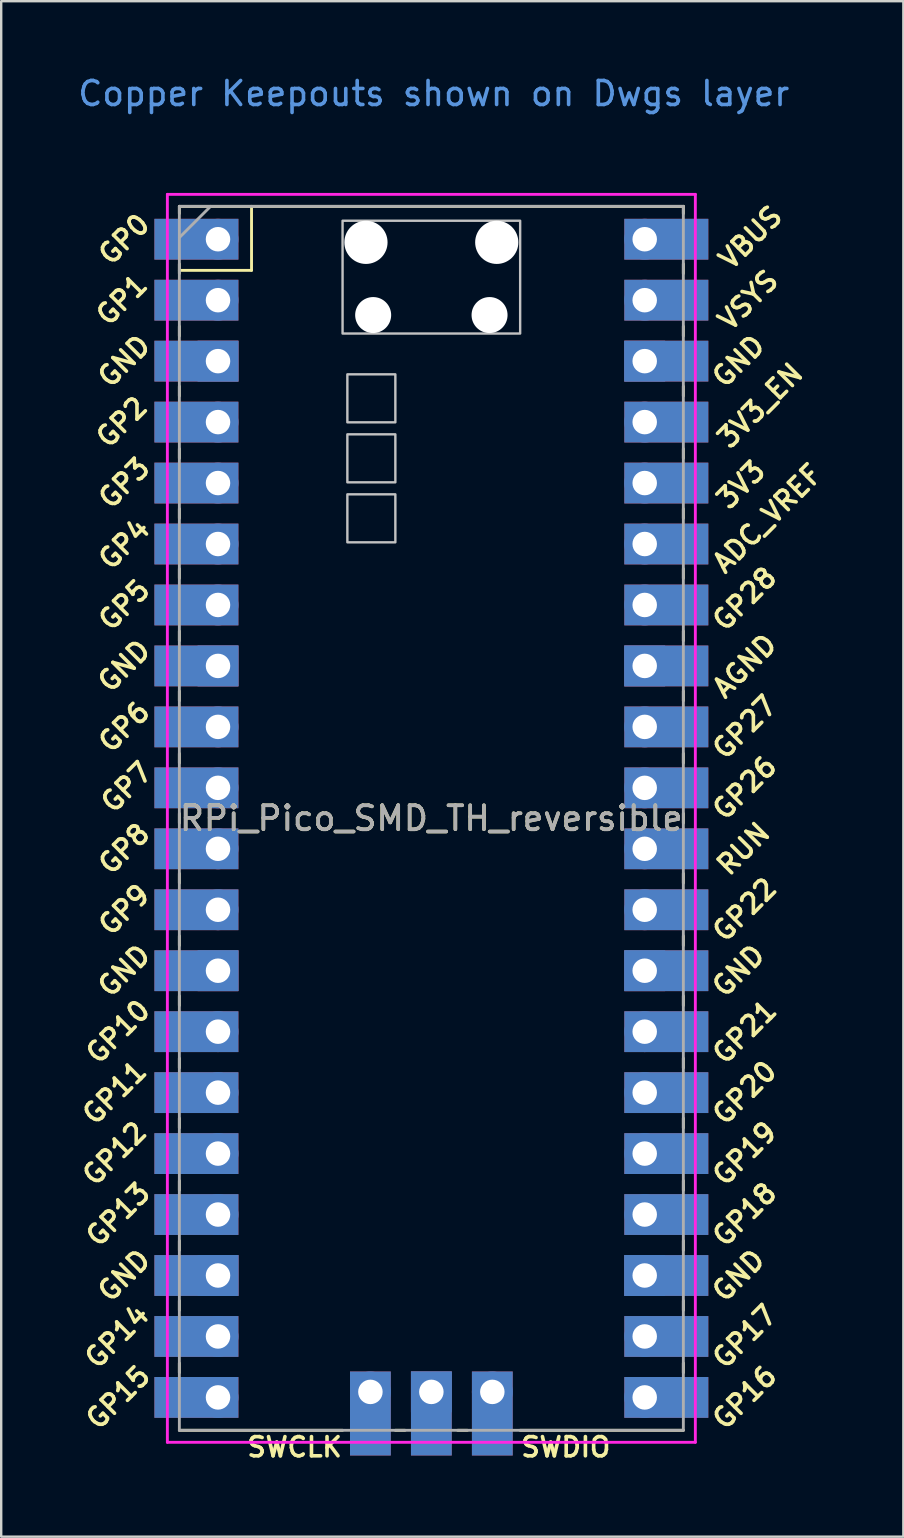
<source format=kicad_pcb>
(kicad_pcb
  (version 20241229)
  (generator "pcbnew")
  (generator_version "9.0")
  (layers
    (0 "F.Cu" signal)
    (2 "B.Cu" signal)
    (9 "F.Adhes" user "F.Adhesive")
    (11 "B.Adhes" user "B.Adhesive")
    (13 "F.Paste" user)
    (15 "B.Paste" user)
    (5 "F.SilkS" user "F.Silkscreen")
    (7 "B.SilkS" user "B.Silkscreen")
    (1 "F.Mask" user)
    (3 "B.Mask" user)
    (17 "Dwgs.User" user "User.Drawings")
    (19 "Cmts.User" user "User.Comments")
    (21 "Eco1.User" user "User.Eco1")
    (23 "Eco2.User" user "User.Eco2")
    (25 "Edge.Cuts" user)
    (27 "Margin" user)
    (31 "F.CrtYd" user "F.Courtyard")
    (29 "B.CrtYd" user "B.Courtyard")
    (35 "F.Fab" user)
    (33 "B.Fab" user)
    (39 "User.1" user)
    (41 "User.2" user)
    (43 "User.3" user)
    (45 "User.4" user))
  (footprint "RPi_Pico_SMD_TH_reversible"
    (layer "F.Cu")
    (at 14.924 31.048)
    (property "Reference" "RPi_Pico_SMD_TH_reversible" (at 0 0 0) (layer "F.SilkS") (effects (font (size 1 1) (thickness 0.15))))
    (attr through_hole)
    (fp_line (start -10.5 -25.5) (end -10.5 -25.2) (stroke (width 0.12) (type solid)) (layer "F.SilkS"))
    (fp_line (start -10.5 -25.5) (end 10.5 -25.5) (stroke (width 0.12) (type solid)) (layer "F.SilkS"))
    (fp_line (start -10.5 -23.1) (end -10.5 -22.7) (stroke (width 0.12) (type solid)) (layer "F.SilkS"))
    (fp_line (start -10.5 -22.833) (end -7.493 -22.833) (stroke (width 0.12) (type solid)) (layer "F.SilkS"))
    (fp_line (start -10.5 -20.5) (end -10.5 -20.1) (stroke (width 0.12) (type solid)) (layer "F.SilkS"))
    (fp_line (start -10.5 -18) (end -10.5 -17.6) (stroke (width 0.12) (type solid)) (layer "F.SilkS"))
    (fp_line (start -10.5 -15.4) (end -10.5 -15) (stroke (width 0.12) (type solid)) (layer "F.SilkS"))
    (fp_line (start -10.5 -12.9) (end -10.5 -12.5) (stroke (width 0.12) (type solid)) (layer "F.SilkS"))
    (fp_line (start -10.5 -10.4) (end -10.5 -10) (stroke (width 0.12) (type solid)) (layer "F.SilkS"))
    (fp_line (start -10.5 -7.8) (end -10.5 -7.4) (stroke (width 0.12) (type solid)) (layer "F.SilkS"))
    (fp_line (start -10.5 -5.3) (end -10.5 -4.9) (stroke (width 0.12) (type solid)) (layer "F.SilkS"))
    (fp_line (start -10.5 -2.7) (end -10.5 -2.3) (stroke (width 0.12) (type solid)) (layer "F.SilkS"))
    (fp_line (start -10.5 -0.2) (end -10.5 0.2) (stroke (width 0.12) (type solid)) (layer "F.SilkS"))
    (fp_line (start -10.5 2.3) (end -10.5 2.7) (stroke (width 0.12) (type solid)) (layer "F.SilkS"))
    (fp_line (start -10.5 4.9) (end -10.5 5.3) (stroke (width 0.12) (type solid)) (layer "F.SilkS"))
    (fp_line (start -10.5 7.4) (end -10.5 7.8) (stroke (width 0.12) (type solid)) (layer "F.SilkS"))
    (fp_line (start -10.5 10) (end -10.5 10.4) (stroke (width 0.12) (type solid)) (layer "F.SilkS"))
    (fp_line (start -10.5 12.5) (end -10.5 12.9) (stroke (width 0.12) (type solid)) (layer "F.SilkS"))
    (fp_line (start -10.5 15.1) (end -10.5 15.5) (stroke (width 0.12) (type solid)) (layer "F.SilkS"))
    (fp_line (start -10.5 17.6) (end -10.5 18) (stroke (width 0.12) (type solid)) (layer "F.SilkS"))
    (fp_line (start -10.5 20.1) (end -10.5 20.5) (stroke (width 0.12) (type solid)) (layer "F.SilkS"))
    (fp_line (start -10.5 22.7) (end -10.5 23.1) (stroke (width 0.12) (type solid)) (layer "F.SilkS"))
    (fp_line (start -7.493 -22.833) (end -7.493 -25.5) (stroke (width 0.12) (type solid)) (layer "F.SilkS"))
    (fp_line (start -3.7 25.5) (end -10.5 25.5) (stroke (width 0.12) (type solid)) (layer "F.SilkS"))
    (fp_line (start -1.5 25.5) (end -1.1 25.5) (stroke (width 0.12) (type solid)) (layer "F.SilkS"))
    (fp_line (start 1.1 25.5) (end 1.5 25.5) (stroke (width 0.12) (type solid)) (layer "F.SilkS"))
    (fp_line (start 10.5 -25.5) (end 10.5 -25.2) (stroke (width 0.12) (type solid)) (layer "F.SilkS"))
    (fp_line (start 10.5 -23.1) (end 10.5 -22.7) (stroke (width 0.12) (type solid)) (layer "F.SilkS"))
    (fp_line (start 10.5 -20.5) (end 10.5 -20.1) (stroke (width 0.12) (type solid)) (layer "F.SilkS"))
    (fp_line (start 10.5 -18) (end 10.5 -17.6) (stroke (width 0.12) (type solid)) (layer "F.SilkS"))
    (fp_line (start 10.5 -15.4) (end 10.5 -15) (stroke (width 0.12) (type solid)) (layer "F.SilkS"))
    (fp_line (start 10.5 -12.9) (end 10.5 -12.5) (stroke (width 0.12) (type solid)) (layer "F.SilkS"))
    (fp_line (start 10.5 -10.4) (end 10.5 -10) (stroke (width 0.12) (type solid)) (layer "F.SilkS"))
    (fp_line (start 10.5 -7.8) (end 10.5 -7.4) (stroke (width 0.12) (type solid)) (layer "F.SilkS"))
    (fp_line (start 10.5 -5.3) (end 10.5 -4.9) (stroke (width 0.12) (type solid)) (layer "F.SilkS"))
    (fp_line (start 10.5 -2.7) (end 10.5 -2.3) (stroke (width 0.12) (type solid)) (layer "F.SilkS"))
    (fp_line (start 10.5 -0.2) (end 10.5 0.2) (stroke (width 0.12) (type solid)) (layer "F.SilkS"))
    (fp_line (start 10.5 2.3) (end 10.5 2.7) (stroke (width 0.12) (type solid)) (layer "F.SilkS"))
    (fp_line (start 10.5 4.9) (end 10.5 5.3) (stroke (width 0.12) (type solid)) (layer "F.SilkS"))
    (fp_line (start 10.5 7.4) (end 10.5 7.8) (stroke (width 0.12) (type solid)) (layer "F.SilkS"))
    (fp_line (start 10.5 10) (end 10.5 10.4) (stroke (width 0.12) (type solid)) (layer "F.SilkS"))
    (fp_line (start 10.5 12.5) (end 10.5 12.9) (stroke (width 0.12) (type solid)) (layer "F.SilkS"))
    (fp_line (start 10.5 15.1) (end 10.5 15.5) (stroke (width 0.12) (type solid)) (layer "F.SilkS"))
    (fp_line (start 10.5 17.6) (end 10.5 18) (stroke (width 0.12) (type solid)) (layer "F.SilkS"))
    (fp_line (start 10.5 20.1) (end 10.5 20.5) (stroke (width 0.12) (type solid)) (layer "F.SilkS"))
    (fp_line (start 10.5 22.7) (end 10.5 23.1) (stroke (width 0.12) (type solid)) (layer "F.SilkS"))
    (fp_line (start 10.5 25.5) (end 3.7 25.5) (stroke (width 0.12) (type solid)) (layer "F.SilkS"))
    (fp_poly (pts (xy -1.5 -16.5) (xy -3.5 -16.5) (xy -3.5 -18.5) (xy -1.5 -18.5)) (stroke (width 0.1) (type solid)) (fill no) (layer "Dwgs.User"))
    (fp_poly (pts (xy -1.5 -14) (xy -3.5 -14) (xy -3.5 -16) (xy -1.5 -16)) (stroke (width 0.1) (type solid)) (fill no) (layer "Dwgs.User"))
    (fp_poly (pts (xy -1.5 -11.5) (xy -3.5 -11.5) (xy -3.5 -13.5) (xy -1.5 -13.5)) (stroke (width 0.1) (type solid)) (fill no) (layer "Dwgs.User"))
    (fp_poly (pts (xy 3.7 -20.2) (xy -3.7 -20.2) (xy -3.7 -24.9) (xy 3.7 -24.9)) (stroke (width 0.1) (type solid)) (fill no) (layer "Dwgs.User"))
    (fp_line (start -11 -26) (end 11 -26) (stroke (width 0.12) (type solid)) (layer "F.CrtYd"))
    (fp_line (start -11 26) (end -11 -26) (stroke (width 0.12) (type solid)) (layer "F.CrtYd"))
    (fp_line (start 11 -26) (end 11 26) (stroke (width 0.12) (type solid)) (layer "F.CrtYd"))
    (fp_line (start 11 26) (end -11 26) (stroke (width 0.12) (type solid)) (layer "F.CrtYd"))
    (fp_line (start -10.5 -25.5) (end 10.5 -25.5) (stroke (width 0.12) (type solid)) (layer "F.Fab"))
    (fp_line (start -10.5 -24.2) (end -9.2 -25.5) (stroke (width 0.12) (type solid)) (layer "F.Fab"))
    (fp_line (start -10.5 25.5) (end -10.5 -25.5) (stroke (width 0.12) (type solid)) (layer "F.Fab"))
    (fp_line (start 10.5 -25.5) (end 10.5 25.5) (stroke (width 0.12) (type solid)) (layer "F.Fab"))
    (fp_line (start 10.5 25.5) (end -10.5 25.5) (stroke (width 0.12) (type solid)) (layer "F.Fab"))
    (fp_text user "GP17" (at 13.054 21.59 45) (layer "F.SilkS") (effects (font (size 0.8 0.8) (thickness 0.15))))
    (fp_text user "GP12" (at -13.2 13.97 45) (layer "F.SilkS") (effects (font (size 0.8 0.8) (thickness 0.15))))
    (fp_text user "GP27" (at 13.054 -3.8 45) (layer "F.SilkS") (effects (font (size 0.8 0.8) (thickness 0.15))))
    (fp_text user "GP14" (at -13.1 21.59 45) (layer "F.SilkS") (effects (font (size 0.8 0.8) (thickness 0.15))))
    (fp_text user "RUN" (at 13 1.27 45) (layer "F.SilkS") (effects (font (size 0.8 0.8) (thickness 0.15))))
    (fp_text user "GP26" (at 13.054 -1.27 45) (layer "F.SilkS") (effects (font (size 0.8 0.8) (thickness 0.15))))
    (fp_text user "GP13" (at -13.054 16.51 45) (layer "F.SilkS") (effects (font (size 0.8 0.8) (thickness 0.15))))
    (fp_text user "SWCLK" (at -5.7 26.2 0) (layer "F.SilkS") (effects (font (size 0.8 0.8) (thickness 0.15))))
    (fp_text user "GND" (at -12.8 19.05 45) (layer "F.SilkS") (effects (font (size 0.8 0.8) (thickness 0.15))))
    (fp_text user "GP2" (at -12.9 -16.51 45) (layer "F.SilkS") (effects (font (size 0.8 0.8) (thickness 0.15))))
    (fp_text user "GP9" (at -12.8 3.81 45) (layer "F.SilkS") (effects (font (size 0.8 0.8) (thickness 0.15))))
    (fp_text user "VBUS" (at 13.3 -24.2 45) (layer "F.SilkS") (effects (font (size 0.8 0.8) (thickness 0.15))))
    (fp_text user "GP28" (at 13.054 -9.144 45) (layer "F.SilkS") (effects (font (size 0.8 0.8) (thickness 0.15))))
    (fp_text user "ADC_VREF" (at 14 -12.5 45) (layer "F.SilkS") (effects (font (size 0.8 0.8) (thickness 0.15))))
    (fp_text user "GND" (at 12.8 6.35 45) (layer "F.SilkS") (effects (font (size 0.8 0.8) (thickness 0.15))))
    (fp_text user "3V3" (at 12.9 -13.9 45) (layer "F.SilkS") (effects (font (size 0.8 0.8) (thickness 0.15))))
    (fp_text user "AGND" (at 13.054 -6.35 45) (layer "F.SilkS") (effects (font (size 0.8 0.8) (thickness 0.15))))
    (fp_text user "GP11" (at -13.2 11.43 45) (layer "F.SilkS") (effects (font (size 0.8 0.8) (thickness 0.15))))
    (fp_text user "GP4" (at -12.8 -11.43 45) (layer "F.SilkS") (effects (font (size 0.8 0.8) (thickness 0.15))))
    (fp_text user "VSYS" (at 13.2 -21.59 45) (layer "F.SilkS") (effects (font (size 0.8 0.8) (thickness 0.15))))
    (fp_text user "GP15" (at -13.054 24.13 45) (layer "F.SilkS") (effects (font (size 0.8 0.8) (thickness 0.15))))
    (fp_text user "GP10" (at -13.054 8.89 45) (layer "F.SilkS") (effects (font (size 0.8 0.8) (thickness 0.15))))
    (fp_text user "GP7" (at -12.7 -1.3 45) (layer "F.SilkS") (effects (font (size 0.8 0.8) (thickness 0.15))))
    (fp_text user "GND" (at -12.8 6.35 45) (layer "F.SilkS") (effects (font (size 0.8 0.8) (thickness 0.15))))
    (fp_text user "GP3" (at -12.8 -13.97 45) (layer "F.SilkS") (effects (font (size 0.8 0.8) (thickness 0.15))))
    (fp_text user "GP20" (at 13.054 11.43 45) (layer "F.SilkS") (effects (font (size 0.8 0.8) (thickness 0.15))))
    (fp_text user "GND" (at 12.8 19.05 45) (layer "F.SilkS") (effects (font (size 0.8 0.8) (thickness 0.15))))
    (fp_text user "GP8" (at -12.8 1.27 45) (layer "F.SilkS") (effects (font (size 0.8 0.8) (thickness 0.15))))
    (fp_text user "GND" (at -12.8 -19.05 45) (layer "F.SilkS") (effects (font (size 0.8 0.8) (thickness 0.15))))
    (fp_text user "GND" (at 12.8 -19.05 45) (layer "F.SilkS") (effects (font (size 0.8 0.8) (thickness 0.15))))
    (fp_text user "GP22" (at 13.054 3.81 45) (layer "F.SilkS") (effects (font (size 0.8 0.8) (thickness 0.15))))
    (fp_text user "GP16" (at 13.054 24.13 45) (layer "F.SilkS") (effects (font (size 0.8 0.8) (thickness 0.15))))
    (fp_text user "GP18" (at 13.054 16.51 45) (layer "F.SilkS") (effects (font (size 0.8 0.8) (thickness 0.15))))
    (fp_text user "GP19" (at 13.054 13.97 45) (layer "F.SilkS") (effects (font (size 0.8 0.8) (thickness 0.15))))
    (fp_text user "GP21" (at 13.054 8.9 45) (layer "F.SilkS") (effects (font (size 0.8 0.8) (thickness 0.15))))
    (fp_text user "GP5" (at -12.8 -8.89 45) (layer "F.SilkS") (effects (font (size 0.8 0.8) (thickness 0.15))))
    (fp_text user "GP0" (at -12.8 -24.13 45) (layer "F.SilkS") (effects (font (size 0.8 0.8) (thickness 0.15))))
    (fp_text user "GP6" (at -12.8 -3.81 45) (layer "F.SilkS") (effects (font (size 0.8 0.8) (thickness 0.15))))
    (fp_text user "3V3_EN" (at 13.7 -17.2 45) (layer "F.SilkS") (effects (font (size 0.8 0.8) (thickness 0.15))))
    (fp_text user "GP1" (at -12.9 -21.6 45) (layer "F.SilkS") (effects (font (size 0.8 0.8) (thickness 0.15))))
    (fp_text user "GND" (at -12.8 -6.35 45) (layer "F.SilkS") (effects (font (size 0.8 0.8) (thickness 0.15))))
    (fp_text user "SWDIO" (at 5.6 26.2 0) (layer "F.SilkS") (effects (font (size 0.8 0.8) (thickness 0.15))))
    (fp_text user "Copper Keepouts shown on Dwgs layer" (at 0.1 -30.2 0) (layer "Cmts.User") (effects (font (size 1 1) (thickness 0.15))))
    (fp_text user "${REFERENCE}" (at 0 0 180) (layer "F.Fab") (effects (font (size 1 1) (thickness 0.15))))
    (pad "" np_thru_hole oval (at -2.725 -24) (size 1.8 1.8) (drill 1.8) (layers "*.Cu" "*.Mask"))
    (pad "" np_thru_hole oval (at -2.425 -20.97) (size 1.5 1.5) (drill 1.5) (layers "*.Cu" "*.Mask"))
    (pad "" np_thru_hole oval (at 2.425 -20.97) (size 1.5 1.5) (drill 1.5) (layers "*.Cu" "*.Mask"))
    (pad "" np_thru_hole oval (at 2.725 -24) (size 1.8 1.8) (drill 1.8) (layers "*.Cu" "*.Mask"))
    (pad "1" thru_hole oval (at -8.89 -24.13) (size 1.7 1.7) (drill 1.02) (layers "*.Cu" "*.Mask"))
    (pad "1" smd rect (at -8.89 -24.13) (size 3.5 1.7) (drill (offset -0.9 0)) (layers "F.Cu" "F.Mask"))
    (pad "1" smd rect (at -8.89 -24.13) (size 3.5 1.7) (drill (offset -0.9 0)) (layers "B.Cu" "B.Mask"))
    (pad "2" thru_hole oval (at -8.89 -21.59) (size 1.7 1.7) (drill 1.02) (layers "*.Cu" "*.Mask"))
    (pad "2" smd rect (at -8.89 -21.59) (size 3.5 1.7) (drill (offset -0.9 0)) (layers "F.Cu" "F.Mask"))
    (pad "2" smd rect (at -8.89 -21.59) (size 3.5 1.7) (drill (offset -0.9 0)) (layers "B.Cu" "B.Mask"))
    (pad "3" thru_hole rect (at -8.89 -19.05) (size 1.7 1.7) (drill 1.02) (layers "*.Cu" "*.Mask"))
    (pad "3" smd rect (at -8.89 -19.05) (size 3.5 1.7) (drill (offset -0.9 0)) (layers "F.Cu" "F.Mask"))
    (pad "3" smd rect (at -8.89 -19.05) (size 3.5 1.7) (drill (offset -0.9 0)) (layers "B.Cu" "B.Mask"))
    (pad "4" thru_hole oval (at -8.89 -16.51) (size 1.7 1.7) (drill 1.02) (layers "*.Cu" "*.Mask"))
    (pad "4" smd rect (at -8.89 -16.51) (size 3.5 1.7) (drill (offset -0.9 0)) (layers "F.Cu" "F.Mask"))
    (pad "4" smd rect (at -8.89 -16.51) (size 3.5 1.7) (drill (offset -0.9 0)) (layers "B.Cu" "B.Mask"))
    (pad "5" thru_hole oval (at -8.89 -13.97) (size 1.7 1.7) (drill 1.02) (layers "*.Cu" "*.Mask"))
    (pad "5" smd rect (at -8.89 -13.97) (size 3.5 1.7) (drill (offset -0.9 0)) (layers "F.Cu" "F.Mask"))
    (pad "5" smd rect (at -8.89 -13.97) (size 3.5 1.7) (drill (offset -0.9 0)) (layers "B.Cu" "B.Mask"))
    (pad "6" thru_hole oval (at -8.89 -11.43) (size 1.7 1.7) (drill 1.02) (layers "*.Cu" "*.Mask"))
    (pad "6" smd rect (at -8.89 -11.43) (size 3.5 1.7) (drill (offset -0.9 0)) (layers "F.Cu" "F.Mask"))
    (pad "6" smd rect (at -8.89 -11.43) (size 3.5 1.7) (drill (offset -0.9 0)) (layers "B.Cu" "B.Mask"))
    (pad "7" thru_hole oval (at -8.89 -8.89) (size 1.7 1.7) (drill 1.02) (layers "*.Cu" "*.Mask"))
    (pad "7" smd rect (at -8.89 -8.89) (size 3.5 1.7) (drill (offset -0.9 0)) (layers "F.Cu" "F.Mask"))
    (pad "7" smd rect (at -8.89 -8.89) (size 3.5 1.7) (drill (offset -0.9 0)) (layers "B.Cu" "B.Mask"))
    (pad "8" thru_hole rect (at -8.89 -6.35) (size 1.7 1.7) (drill 1.02) (layers "*.Cu" "*.Mask"))
    (pad "8" smd rect (at -8.89 -6.35) (size 3.5 1.7) (drill (offset -0.9 0)) (layers "F.Cu" "F.Mask"))
    (pad "8" smd rect (at -8.89 -6.35) (size 3.5 1.7) (drill (offset -0.9 0)) (layers "B.Cu" "B.Mask"))
    (pad "9" thru_hole oval (at -8.89 -3.81) (size 1.7 1.7) (drill 1.02) (layers "*.Cu" "*.Mask"))
    (pad "9" smd rect (at -8.89 -3.81) (size 3.5 1.7) (drill (offset -0.9 0)) (layers "F.Cu" "F.Mask"))
    (pad "9" smd rect (at -8.89 -3.81) (size 3.5 1.7) (drill (offset -0.9 0)) (layers "B.Cu" "B.Mask"))
    (pad "10" thru_hole oval (at -8.89 -1.27) (size 1.7 1.7) (drill 1.02) (layers "*.Cu" "*.Mask"))
    (pad "10" smd rect (at -8.89 -1.27) (size 3.5 1.7) (drill (offset -0.9 0)) (layers "F.Cu" "F.Mask"))
    (pad "10" smd rect (at -8.89 -1.27) (size 3.5 1.7) (drill (offset -0.9 0)) (layers "B.Cu" "B.Mask"))
    (pad "11" thru_hole oval (at -8.89 1.27) (size 1.7 1.7) (drill 1.02) (layers "*.Cu" "*.Mask"))
    (pad "11" smd rect (at -8.89 1.27) (size 3.5 1.7) (drill (offset -0.9 0)) (layers "F.Cu" "F.Mask"))
    (pad "11" smd rect (at -8.89 1.27) (size 3.5 1.7) (drill (offset -0.9 0)) (layers "B.Cu" "B.Mask"))
    (pad "12" thru_hole oval (at -8.89 3.81) (size 1.7 1.7) (drill 1.02) (layers "*.Cu" "*.Mask"))
    (pad "12" smd rect (at -8.89 3.81) (size 3.5 1.7) (drill (offset -0.9 0)) (layers "F.Cu" "F.Mask"))
    (pad "12" smd rect (at -8.89 3.81) (size 3.5 1.7) (drill (offset -0.9 0)) (layers "B.Cu" "B.Mask"))
    (pad "13" thru_hole rect (at -8.89 6.35) (size 1.7 1.7) (drill 1.02) (layers "*.Cu" "*.Mask"))
    (pad "13" smd rect (at -8.89 6.35) (size 3.5 1.7) (drill (offset -0.9 0)) (layers "F.Cu" "F.Mask"))
    (pad "13" smd rect (at -8.89 6.35) (size 3.5 1.7) (drill (offset -0.9 0)) (layers "B.Cu" "B.Mask"))
    (pad "14" thru_hole oval (at -8.89 8.89) (size 1.7 1.7) (drill 1.02) (layers "*.Cu" "*.Mask"))
    (pad "14" smd rect (at -8.89 8.89) (size 3.5 1.7) (drill (offset -0.9 0)) (layers "F.Cu" "F.Mask"))
    (pad "14" smd rect (at -8.89 8.89) (size 3.5 1.7) (drill (offset -0.9 0)) (layers "B.Cu" "B.Mask"))
    (pad "15" thru_hole oval (at -8.89 11.43) (size 1.7 1.7) (drill 1.02) (layers "*.Cu" "*.Mask"))
    (pad "15" smd rect (at -8.89 11.43) (size 3.5 1.7) (drill (offset -0.9 0)) (layers "F.Cu" "F.Mask"))
    (pad "15" smd rect (at -8.89 11.43) (size 3.5 1.7) (drill (offset -0.9 0)) (layers "B.Cu" "B.Mask"))
    (pad "16" thru_hole oval (at -8.89 13.97) (size 1.7 1.7) (drill 1.02) (layers "*.Cu" "*.Mask"))
    (pad "16" smd rect (at -8.89 13.97) (size 3.5 1.7) (drill (offset -0.9 0)) (layers "F.Cu" "F.Mask"))
    (pad "16" smd rect (at -8.89 13.97) (size 3.5 1.7) (drill (offset -0.9 0)) (layers "B.Cu" "B.Mask"))
    (pad "17" thru_hole oval (at -8.89 16.51) (size 1.7 1.7) (drill 1.02) (layers "*.Cu" "*.Mask"))
    (pad "17" smd rect (at -8.89 16.51) (size 3.5 1.7) (drill (offset -0.9 0)) (layers "F.Cu" "F.Mask"))
    (pad "17" smd rect (at -8.89 16.51) (size 3.5 1.7) (drill (offset -0.9 0)) (layers "B.Cu" "B.Mask"))
    (pad "18" thru_hole rect (at -8.89 19.05) (size 1.7 1.7) (drill 1.02) (layers "*.Cu" "*.Mask"))
    (pad "18" smd rect (at -8.89 19.05) (size 3.5 1.7) (drill (offset -0.9 0)) (layers "F.Cu" "F.Mask"))
    (pad "18" smd rect (at -8.89 19.05) (size 3.5 1.7) (drill (offset -0.9 0)) (layers "B.Cu" "B.Mask"))
    (pad "19" thru_hole oval (at -8.89 21.59) (size 1.7 1.7) (drill 1.02) (layers "*.Cu" "*.Mask"))
    (pad "19" smd rect (at -8.89 21.59) (size 3.5 1.7) (drill (offset -0.9 0)) (layers "F.Cu" "F.Mask"))
    (pad "19" smd rect (at -8.89 21.59) (size 3.5 1.7) (drill (offset -0.9 0)) (layers "B.Cu" "B.Mask"))
    (pad "20" thru_hole oval (at -8.89 24.13) (size 1.7 1.7) (drill 1.02) (layers "*.Cu" "*.Mask"))
    (pad "20" smd rect (at -8.89 24.13) (size 3.5 1.7) (drill (offset -0.9 0)) (layers "F.Cu" "F.Mask"))
    (pad "20" smd rect (at -8.89 24.13) (size 3.5 1.7) (drill (offset -0.9 0)) (layers "B.Cu" "B.Mask"))
    (pad "21" thru_hole oval (at 8.89 24.13) (size 1.7 1.7) (drill 1.02) (layers "*.Cu" "*.Mask"))
    (pad "21" smd rect (at 8.89 24.13) (size 3.5 1.7) (drill (offset 0.9 0)) (layers "F.Cu" "F.Mask"))
    (pad "21" smd rect (at 8.89 24.13) (size 3.5 1.7) (drill (offset 0.9 0)) (layers "B.Cu" "B.Mask"))
    (pad "22" thru_hole oval (at 8.89 21.59) (size 1.7 1.7) (drill 1.02) (layers "*.Cu" "*.Mask"))
    (pad "22" smd rect (at 8.89 21.59) (size 3.5 1.7) (drill (offset 0.9 0)) (layers "F.Cu" "F.Mask"))
    (pad "22" smd rect (at 8.89 21.59) (size 3.5 1.7) (drill (offset 0.9 0)) (layers "B.Cu" "B.Mask"))
    (pad "23" thru_hole rect (at 8.89 19.05) (size 1.7 1.7) (drill 1.02) (layers "*.Cu" "*.Mask"))
    (pad "23" smd rect (at 8.89 19.05) (size 3.5 1.7) (drill (offset 0.9 0)) (layers "F.Cu" "F.Mask"))
    (pad "23" smd rect (at 8.89 19.05) (size 3.5 1.7) (drill (offset 0.9 0)) (layers "B.Cu" "B.Mask"))
    (pad "24" thru_hole oval (at 8.89 16.51) (size 1.7 1.7) (drill 1.02) (layers "*.Cu" "*.Mask"))
    (pad "24" smd rect (at 8.89 16.51) (size 3.5 1.7) (drill (offset 0.9 0)) (layers "F.Cu" "F.Mask"))
    (pad "24" smd rect (at 8.89 16.51) (size 3.5 1.7) (drill (offset 0.9 0)) (layers "B.Cu" "B.Mask"))
    (pad "25" thru_hole oval (at 8.89 13.97) (size 1.7 1.7) (drill 1.02) (layers "*.Cu" "*.Mask"))
    (pad "25" smd rect (at 8.89 13.97) (size 3.5 1.7) (drill (offset 0.9 0)) (layers "F.Cu" "F.Mask"))
    (pad "25" smd rect (at 8.89 13.97) (size 3.5 1.7) (drill (offset 0.9 0)) (layers "B.Cu" "B.Mask"))
    (pad "26" thru_hole oval (at 8.89 11.43) (size 1.7 1.7) (drill 1.02) (layers "*.Cu" "*.Mask"))
    (pad "26" smd rect (at 8.89 11.43) (size 3.5 1.7) (drill (offset 0.9 0)) (layers "F.Cu" "F.Mask"))
    (pad "26" smd rect (at 8.89 11.43) (size 3.5 1.7) (drill (offset 0.9 0)) (layers "B.Cu" "B.Mask"))
    (pad "27" thru_hole oval (at 8.89 8.89) (size 1.7 1.7) (drill 1.02) (layers "*.Cu" "*.Mask"))
    (pad "27" smd rect (at 8.89 8.89) (size 3.5 1.7) (drill (offset 0.9 0)) (layers "F.Cu" "F.Mask"))
    (pad "27" smd rect (at 8.89 8.89) (size 3.5 1.7) (drill (offset 0.9 0)) (layers "B.Cu" "B.Mask"))
    (pad "28" thru_hole rect (at 8.89 6.35) (size 1.7 1.7) (drill 1.02) (layers "*.Cu" "*.Mask"))
    (pad "28" smd rect (at 8.89 6.35) (size 3.5 1.7) (drill (offset 0.9 0)) (layers "F.Cu" "F.Mask"))
    (pad "28" smd rect (at 8.89 6.35) (size 3.5 1.7) (drill (offset 0.9 0)) (layers "B.Cu" "B.Mask"))
    (pad "29" thru_hole oval (at 8.89 3.81) (size 1.7 1.7) (drill 1.02) (layers "*.Cu" "*.Mask"))
    (pad "29" smd rect (at 8.89 3.81) (size 3.5 1.7) (drill (offset 0.9 0)) (layers "F.Cu" "F.Mask"))
    (pad "29" smd rect (at 8.89 3.81) (size 3.5 1.7) (drill (offset 0.9 0)) (layers "B.Cu" "B.Mask"))
    (pad "30" thru_hole oval (at 8.89 1.27) (size 1.7 1.7) (drill 1.02) (layers "*.Cu" "*.Mask"))
    (pad "30" smd rect (at 8.89 1.27) (size 3.5 1.7) (drill (offset 0.9 0)) (layers "F.Cu" "F.Mask"))
    (pad "30" smd rect (at 8.89 1.27) (size 3.5 1.7) (drill (offset 0.9 0)) (layers "B.Cu" "B.Mask"))
    (pad "31" thru_hole oval (at 8.89 -1.27) (size 1.7 1.7) (drill 1.02) (layers "*.Cu" "*.Mask"))
    (pad "31" smd rect (at 8.89 -1.27) (size 3.5 1.7) (drill (offset 0.9 0)) (layers "F.Cu" "F.Mask"))
    (pad "31" smd rect (at 8.89 -1.27) (size 3.5 1.7) (drill (offset 0.9 0)) (layers "B.Cu" "B.Mask"))
    (pad "32" thru_hole oval (at 8.89 -3.81) (size 1.7 1.7) (drill 1.02) (layers "*.Cu" "*.Mask"))
    (pad "32" smd rect (at 8.89 -3.81) (size 3.5 1.7) (drill (offset 0.9 0)) (layers "F.Cu" "F.Mask"))
    (pad "32" smd rect (at 8.89 -3.81) (size 3.5 1.7) (drill (offset 0.9 0)) (layers "B.Cu" "B.Mask"))
    (pad "33" thru_hole rect (at 8.89 -6.35) (size 1.7 1.7) (drill 1.02) (layers "*.Cu" "*.Mask"))
    (pad "33" smd rect (at 8.89 -6.35) (size 3.5 1.7) (drill (offset 0.9 0)) (layers "F.Cu" "F.Mask"))
    (pad "33" smd rect (at 8.89 -6.35) (size 3.5 1.7) (drill (offset 0.9 0)) (layers "B.Cu" "B.Mask"))
    (pad "34" thru_hole oval (at 8.89 -8.89) (size 1.7 1.7) (drill 1.02) (layers "*.Cu" "*.Mask"))
    (pad "34" smd rect (at 8.89 -8.89) (size 3.5 1.7) (drill (offset 0.9 0)) (layers "F.Cu" "F.Mask"))
    (pad "34" smd rect (at 8.89 -8.89) (size 3.5 1.7) (drill (offset 0.9 0)) (layers "B.Cu" "B.Mask"))
    (pad "35" thru_hole oval (at 8.89 -11.43) (size 1.7 1.7) (drill 1.02) (layers "*.Cu" "*.Mask"))
    (pad "35" smd rect (at 8.89 -11.43) (size 3.5 1.7) (drill (offset 0.9 0)) (layers "F.Cu" "F.Mask"))
    (pad "35" smd rect (at 8.89 -11.43) (size 3.5 1.7) (drill (offset 0.9 0)) (layers "B.Cu" "B.Mask"))
    (pad "36" thru_hole oval (at 8.89 -13.97) (size 1.7 1.7) (drill 1.02) (layers "*.Cu" "*.Mask"))
    (pad "36" smd rect (at 8.89 -13.97) (size 3.5 1.7) (drill (offset 0.9 0)) (layers "F.Cu" "F.Mask"))
    (pad "36" smd rect (at 8.89 -13.97) (size 3.5 1.7) (drill (offset 0.9 0)) (layers "B.Cu" "B.Mask"))
    (pad "37" thru_hole oval (at 8.89 -16.51) (size 1.7 1.7) (drill 1.02) (layers "*.Cu" "*.Mask"))
    (pad "37" smd rect (at 8.89 -16.51) (size 3.5 1.7) (drill (offset 0.9 0)) (layers "F.Cu" "F.Mask"))
    (pad "37" smd rect (at 8.89 -16.51) (size 3.5 1.7) (drill (offset 0.9 0)) (layers "B.Cu" "B.Mask"))
    (pad "38" thru_hole rect (at 8.89 -19.05) (size 1.7 1.7) (drill 1.02) (layers "*.Cu" "*.Mask"))
    (pad "38" smd rect (at 8.89 -19.05) (size 3.5 1.7) (drill (offset 0.9 0)) (layers "F.Cu" "F.Mask"))
    (pad "38" smd rect (at 8.89 -19.05) (size 3.5 1.7) (drill (offset 0.9 0)) (layers "B.Cu" "B.Mask"))
    (pad "39" thru_hole oval (at 8.89 -21.59) (size 1.7 1.7) (drill 1.02) (layers "*.Cu" "*.Mask"))
    (pad "39" smd rect (at 8.89 -21.59) (size 3.5 1.7) (drill (offset 0.9 0)) (layers "F.Cu" "F.Mask"))
    (pad "39" smd rect (at 8.89 -21.59) (size 3.5 1.7) (drill (offset 0.9 0)) (layers "B.Cu" "B.Mask"))
    (pad "40" thru_hole oval (at 8.89 -24.13) (size 1.7 1.7) (drill 1.02) (layers "*.Cu" "*.Mask"))
    (pad "40" smd rect (at 8.89 -24.13) (size 3.5 1.7) (drill (offset 0.9 0)) (layers "F.Cu" "F.Mask"))
    (pad "40" smd rect (at 8.89 -24.13) (size 3.5 1.7) (drill (offset 0.9 0)) (layers "B.Cu" "B.Mask"))
    (pad "41" thru_hole oval (at -2.54 23.9) (size 1.7 1.7) (drill 1.02) (layers "*.Cu" "*.Mask"))
    (pad "41" smd rect (at -2.54 23.9 90) (size 3.5 1.7) (drill (offset -0.9 0)) (layers "F.Cu" "F.Mask"))
    (pad "41" smd rect (at -2.54 23.9 270) (size 3.5 1.7) (drill (offset 0.9 0)) (layers "B.Cu" "B.Mask"))
    (pad "42" thru_hole rect (at 0 23.9) (size 1.7 1.7) (drill 1.02) (layers "*.Cu" "*.Mask"))
    (pad "42" smd rect (at 0 23.9 90) (size 3.5 1.7) (drill (offset -0.9 0)) (layers "F.Cu" "F.Mask"))
    (pad "42" smd rect (at 0 23.9 270) (size 3.5 1.7) (drill (offset 0.9 0)) (layers "B.Cu" "B.Mask"))
    (pad "43" thru_hole oval (at 2.54 23.9) (size 1.7 1.7) (drill 1.02) (layers "*.Cu" "*.Mask"))
    (pad "43" smd rect (at 2.54 23.9 90) (size 3.5 1.7) (drill (offset -0.9 0)) (layers "F.Cu" "F.Mask"))
    (pad "43" smd rect (at 2.54 23.9 270) (size 3.5 1.7) (drill (offset 0.9 0)) (layers "B.Cu" "B.Mask")))
  (gr_rect
    (start -3 -3)
    (end 34.591 60.98)
    (stroke (width 0.1) (type default))
    (fill no)
    (layer "Edge.Cuts")))
</source>
